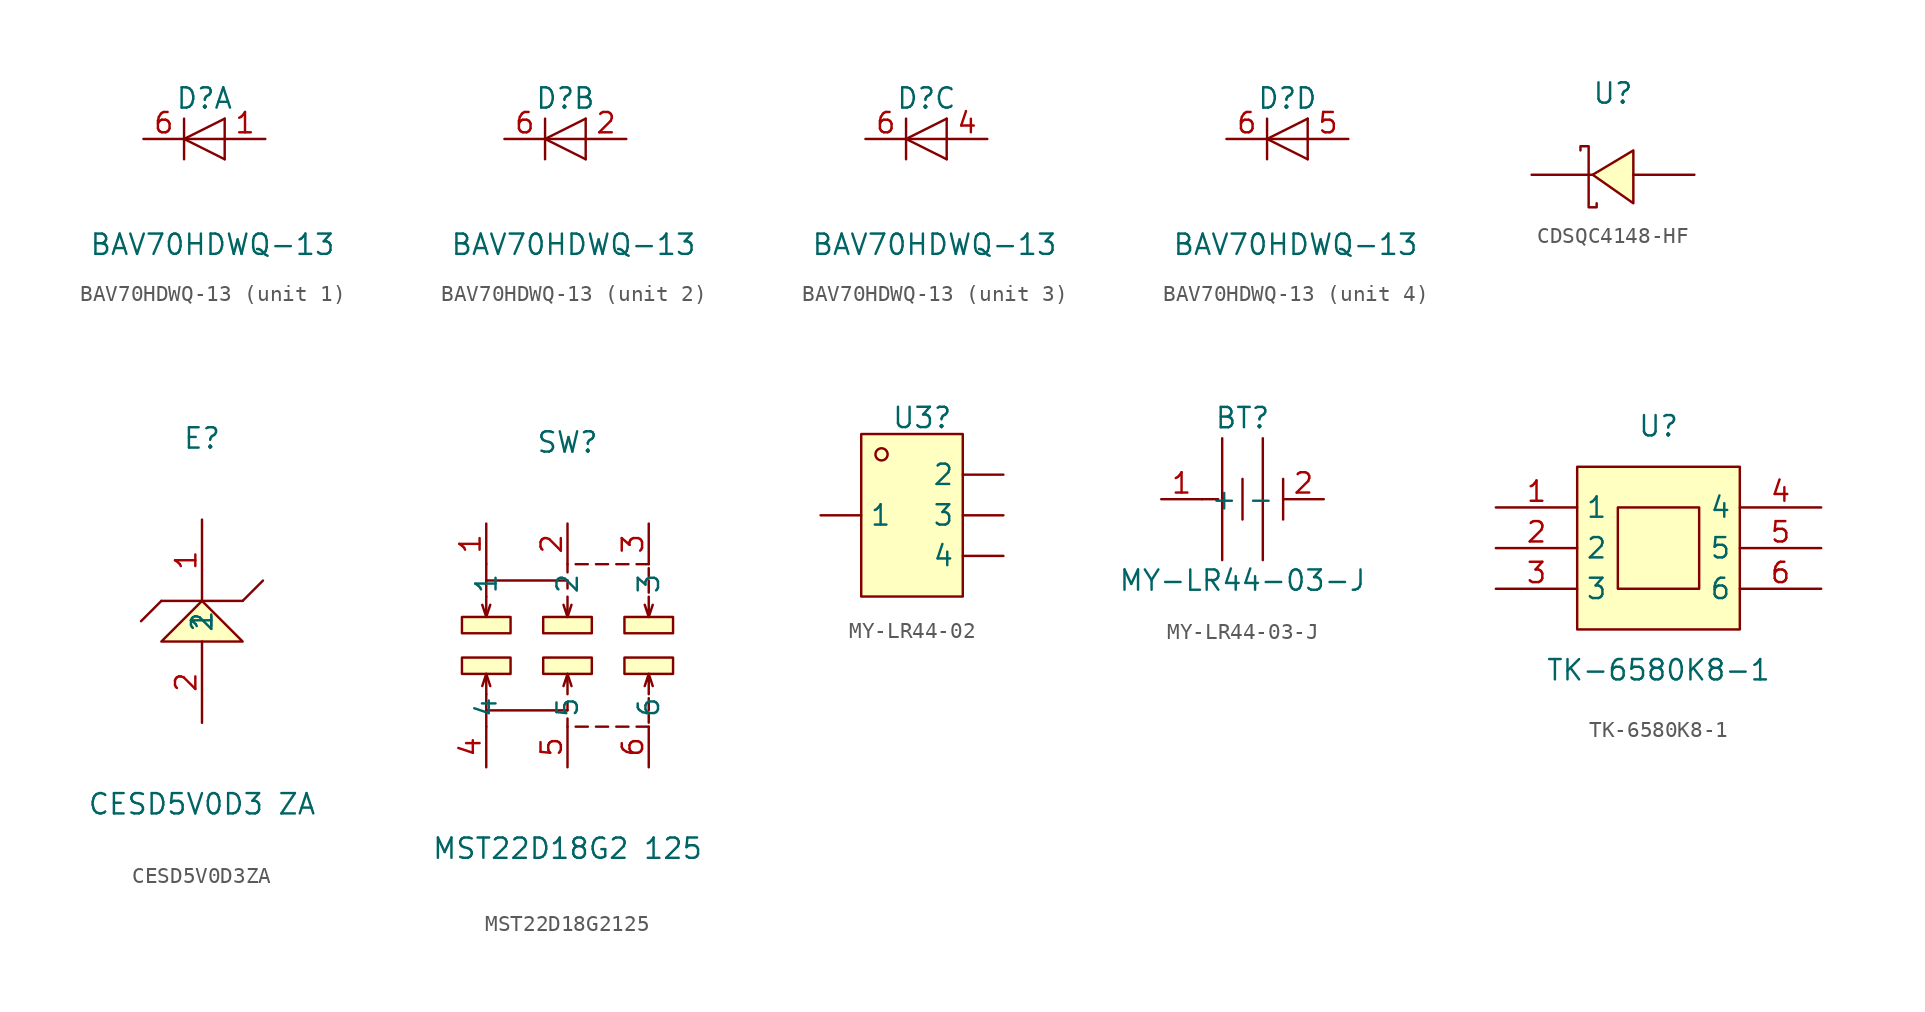
<source format=kicad_sym>
(kicad_symbol_lib
  (version 20231120)
  (generator "kicad_symbol_editor")
  (generator_version "8.0")
  (symbol "BAV70HDWQ-13"
    (pin_names
      (offset 1.016) hide)
    (property "Reference" "D"
      (at 0 2.54 0)
      (effects (font (size 1.27 1.27))))
    (property "Value" "BAV70HDWQ-13"
      (at 0.508 -6.604 0)
      (effects (font (size 1.27 1.27))))
    (symbol "BAV70HDWQ-13_0_1"
      (polyline (pts (xy -1.27 1.27) (xy -1.27 -1.27)) (stroke (width 0.152) (type default)) (fill (type none)))
      (polyline (pts (xy 1.27 -1.27) (xy 1.27 1.27)) (stroke (width 0) (type default)) (fill (type none)))
      (polyline (pts (xy 1.27 0) (xy -1.27 0)) (stroke (width 0) (type default)) (fill (type none)))
      (polyline (pts (xy 1.27 1.27) (xy -1.27 0) (xy 1.27 -1.27)) (stroke (width 0) (type default)) (fill (type none))))
    (symbol "BAV70HDWQ-13_1_1"
      (pin passive line (at 3.81 0 180) (length 2.54) (name "A" (effects (font (size 1.27 1.27)))) (number "1" (effects (font (size 1.27 1.27)))))
      (pin passive line (at -3.81 0 0) (length 2.54) (name "K" (effects (font (size 1.27 1.27)))) (number "6" (effects (font (size 1.27 1.27))))))
    (symbol "BAV70HDWQ-13_2_1"
      (pin passive line (at 3.81 0 180) (length 2.54) (name "A" (effects (font (size 1.27 1.27)))) (number "2" (effects (font (size 1.27 1.27)))))
      (pin passive line (at -3.81 0 0) (length 2.54) (name "K" (effects (font (size 1.27 1.27)))) (number "6" (effects (font (size 1.27 1.27))))))
    (symbol "BAV70HDWQ-13_3_1"
      (pin passive line (at 3.81 0 180) (length 2.54) (name "A" (effects (font (size 1.27 1.27)))) (number "4" (effects (font (size 1.27 1.27)))))
      (pin passive line (at -3.81 0 0) (length 2.54) (name "K" (effects (font (size 1.27 1.27)))) (number "6" (effects (font (size 1.27 1.27))))))
    (symbol "BAV70HDWQ-13_4_1"
      (pin passive line (at 3.81 0 180) (length 2.54) (name "A" (effects (font (size 1.27 1.27)))) (number "5" (effects (font (size 1.27 1.27)))))
      (pin passive line (at -3.81 0 0) (length 2.54) (name "K" (effects (font (size 1.27 1.27)))) (number "6" (effects (font (size 1.27 1.27)))))))
  (symbol "CDSQC4148-HF"
    (pin_numbers hide)
    (pin_names hide)
    (property "Reference" "U"
      (at 0 5.08 0)
      (effects (font (size 1.27 1.27))))
    (symbol "CDSQC4148-HF_0_1"
      (polyline (pts (xy 1.27 1.52) (xy -1.27 0) (xy 1.27 -1.78) (xy 1.27 1.52)) (stroke (width 0) (type default)) (fill (type background)))
      (polyline (pts (xy -2.03 1.52) (xy -2.03 1.78) (xy -1.52 1.78) (xy -1.52 -2.03) (xy -1.02 -2.03) (xy -1.02 -1.78)) (stroke (width 0) (type default)) (fill (type none))))
    (symbol "CDSQC4148-HF_1_1"
      (pin passive line (at -5.08 0 0) (length 3.81) (name "K" (effects (font (size 1.27 1.27)))) (number "1" (effects (font (size 1.27 1.27)))))
      (pin passive line (at 5.08 0 180) (length 3.81) (name "A" (effects (font (size 1.27 1.27)))) (number "2" (effects (font (size 1.27 1.27)))))))
  (symbol "CESD5V0D3ZA"
    (property "Reference" "E"
      (at 0 11.43 0)
      (effects (font (size 1.27 1.27))))
    (property "Value" "CESD5V0D3 ZA"
      (at 0 -11.43 0)
      (effects (font (size 1.27 1.27))))
    (symbol "CESD5V0D3ZA_0_1"
      (polyline (pts (xy -2.54 1.27) (xy 2.54 1.27)) (stroke (width 0) (type default) (color 0 0 0 0)) (fill (type none)))
      (polyline (pts (xy 2.54 1.27) (xy 3.81 2.54)) (stroke (width 0) (type default) (color 0 0 0 0)) (fill (type none)))
      (polyline (pts (xy -3.81 -0.00) (xy -2.54 1.27)) (stroke (width 0) (type default) (color 0 0 0 0)) (fill (type none)))
      (polyline (pts (xy 2.54 -1.27) (xy 0.00 1.27) (xy -2.54 -1.27) (xy 2.54 -1.27)) (stroke (width 0) (type default) (color 0 0 0 0)) (fill (type background)))
      (pin input line (at 0.00 6.35 270) (length 5.08) (name "1" (effects (font (size 1.27 1.27)))) (number "1" (effects (font (size 1.27 1.27)))))
      (pin input line (at 0.00 -6.35 90) (length 5.08) (name "2" (effects (font (size 1.27 1.27)))) (number "2" (effects (font (size 1.27 1.27)))))))
  (symbol "MST22D18G2125"
    (property "Reference" "SW"
      (at 0 12.7 0)
      (effects (font (size 1.27 1.27))))
    (property "Value" "MST22D18G2 125"
      (at 0 -12.7 0)
      (effects (font (size 1.27 1.27))))
    (symbol "MST22D18G2125_0_1"
      (rectangle (start -6.6 -0.76) (end -3.56 -1.78) (stroke (width 0) (type default)) (fill (type background)))
      (rectangle (start -6.6 1.78) (end -3.56 0.76) (stroke (width 0) (type default)) (fill (type background)))
      (rectangle (start -1.52 -0.76) (end 1.52 -1.78) (stroke (width 0) (type default)) (fill (type background)))
      (rectangle (start -1.52 1.78) (end 1.52 0.76) (stroke (width 0) (type default)) (fill (type background)))
      (polyline (pts (xy -5.08 -4.06) (xy -5.08 -5.08)) (stroke (width 0) (type default)) (fill (type none)))
      (polyline (pts (xy -5.08 -1.78) (xy -4.83 -2.54)) (stroke (width 0) (type default)) (fill (type none)))
      (polyline (pts (xy -5.08 1.78) (xy -4.83 2.54)) (stroke (width 0) (type default)) (fill (type none)))
      (polyline (pts (xy -5.08 4.06) (xy -5.08 5.08)) (stroke (width 0) (type default)) (fill (type none)))
      (polyline (pts (xy 0 -4.57) (xy 0 -5.08)) (stroke (width 0) (type default)) (fill (type none)))
      (polyline (pts (xy 0 -3.56) (xy 0 -4.06)) (stroke (width 0) (type default)) (fill (type none)))
      (polyline (pts (xy 0 -1.78) (xy 0.25 -2.54)) (stroke (width 0) (type default)) (fill (type none)))
      (polyline (pts (xy 0 1.78) (xy 0.25 2.54)) (stroke (width 0) (type default)) (fill (type none)))
      (polyline (pts (xy 0 3.56) (xy 0 4.06)) (stroke (width 0) (type default)) (fill (type none)))
      (polyline (pts (xy 0 4.57) (xy 0 5.08)) (stroke (width 0) (type default)) (fill (type none)))
      (polyline (pts (xy 0.51 -5.08) (xy 1.27 -5.08)) (stroke (width 0) (type default)) (fill (type none)))
      (polyline (pts (xy 0.51 5.08) (xy 1.27 5.08)) (stroke (width 0) (type default)) (fill (type none)))
      (polyline (pts (xy 1.78 -5.08) (xy 2.54 -5.08)) (stroke (width 0) (type default)) (fill (type none)))
      (polyline (pts (xy 1.78 5.08) (xy 2.54 5.08)) (stroke (width 0) (type default)) (fill (type none)))
      (polyline (pts (xy 3.05 -5.08) (xy 3.81 -5.08)) (stroke (width 0) (type default)) (fill (type none)))
      (polyline (pts (xy 3.05 5.08) (xy 3.81 5.08)) (stroke (width 0) (type default)) (fill (type none)))
      (polyline (pts (xy 4.32 -5.08) (xy 5.08 -5.08)) (stroke (width 0) (type default)) (fill (type none)))
      (polyline (pts (xy 4.32 5.08) (xy 5.08 5.08)) (stroke (width 0) (type default)) (fill (type none)))
      (polyline (pts (xy 5.08 -4.83) (xy 5.08 -4.32)) (stroke (width 0) (type default)) (fill (type none)))
      (polyline (pts (xy 5.08 -4.06) (xy 5.08 -3.3)) (stroke (width 0) (type default)) (fill (type none)))
      (polyline (pts (xy 5.08 -1.78) (xy 5.33 -2.54)) (stroke (width 0) (type default)) (fill (type none)))
      (polyline (pts (xy 5.08 1.78) (xy 5.33 2.54)) (stroke (width 0) (type default)) (fill (type none)))
      (polyline (pts (xy 5.08 4.06) (xy 5.08 3.3)) (stroke (width 0) (type default)) (fill (type none)))
      (polyline (pts (xy 5.08 4.83) (xy 5.08 4.32)) (stroke (width 0) (type default)) (fill (type none)))
      (polyline (pts (xy -5.08 -3.05) (xy -5.08 -4.06) (xy 0 -4.06)) (stroke (width 0) (type default)) (fill (type none)))
      (polyline (pts (xy -5.08 -3.05) (xy -5.08 -1.78) (xy -5.33 -2.54)) (stroke (width 0) (type default)) (fill (type none)))
      (polyline (pts (xy -5.08 3.05) (xy -5.08 1.78) (xy -5.33 2.54)) (stroke (width 0) (type default)) (fill (type none)))
      (polyline (pts (xy -5.08 3.05) (xy -5.08 4.06) (xy 0 4.06)) (stroke (width 0) (type default)) (fill (type none)))
      (polyline (pts (xy 0 -3.05) (xy 0 -1.78) (xy -0.25 -2.54)) (stroke (width 0) (type default)) (fill (type none)))
      (polyline (pts (xy 0 3.05) (xy 0 1.78) (xy -0.25 2.54)) (stroke (width 0) (type default)) (fill (type none)))
      (polyline (pts (xy 5.08 -3.05) (xy 5.08 -1.78) (xy 4.83 -2.54)) (stroke (width 0) (type default)) (fill (type none)))
      (polyline (pts (xy 5.08 3.05) (xy 5.08 1.78) (xy 4.83 2.54)) (stroke (width 0) (type default)) (fill (type none)))
      (rectangle (start 3.56 -0.76) (end 6.6 -1.78) (stroke (width 0) (type default)) (fill (type background)))
      (rectangle (start 3.56 1.78) (end 6.6 0.76) (stroke (width 0) (type default)) (fill (type background)))
      (pin passive line (at -5.08 7.62 270) (length 2.54) (name "1" (effects (font (size 1.27 1.27)))) (number "1" (effects (font (size 1.27 1.27)))))
      (pin passive line (at 0 7.62 270) (length 2.54) (name "2" (effects (font (size 1.27 1.27)))) (number "2" (effects (font (size 1.27 1.27)))))
      (pin passive line (at 5.08 7.62 270) (length 2.54) (name "3" (effects (font (size 1.27 1.27)))) (number "3" (effects (font (size 1.27 1.27)))))
      (pin passive line (at -5.08 -7.62 90) (length 2.54) (name "4" (effects (font (size 1.27 1.27)))) (number "4" (effects (font (size 1.27 1.27)))))
      (pin passive line (at 0 -7.62 90) (length 2.54) (name "5" (effects (font (size 1.27 1.27)))) (number "5" (effects (font (size 1.27 1.27)))))
      (pin passive line (at 5.08 -7.62 90) (length 2.54) (name "6" (effects (font (size 1.27 1.27)))) (number "6" (effects (font (size 1.27 1.27)))))))
  (symbol "MY-LR44-02"
    (pin_numbers hide)
    (property "Reference" "U3"
      (at 0 6.096 0)
      (effects (font (size 1.27 1.27))))
    (symbol "MY-LR44-02_0_1"
      (rectangle (start -3.81 5.08) (end 2.54 -5.08) (stroke (width 0) (type default)) (fill (type background)))
      (circle (center -2.54 3.81) (radius 0.38) (stroke (width 0) (type default)) (fill (type none))))
    (symbol "MY-LR44-02_1_1"
      (pin passive line (at -6.35 0 0) (length 2.54) (name "1" (effects (font (size 1.27 1.27)))) (number "1" (effects (font (size 1.27 1.27)))))
      (pin passive line (at 5.08 2.54 180) (length 2.54) (name "2" (effects (font (size 1.27 1.27)))) (number "2" (effects (font (size 1.27 1.27)))))
      (pin passive line (at 5.08 0 180) (length 2.54) (name "3" (effects (font (size 1.27 1.27)))) (number "3" (effects (font (size 1.27 1.27)))))
      (pin passive line (at 5.08 -2.54 180) (length 2.54) (name "4" (effects (font (size 1.27 1.27)))) (number "4" (effects (font (size 1.27 1.27)))))))
  (symbol "MY-LR44-03-J"
    (property "Reference" "BT"
      (at 0 5.08 0)
      (effects (font (size 1.27 1.27))))
    (property "Value" "MY-LR44-03-J"
      (at 0 -5.08 0)
      (effects (font (size 1.27 1.27))))
    (symbol "MY-LR44-03-J_0_1"
      (polyline (pts (xy -2.54 -0.00) (xy -1.52 -0.00)) (stroke (width 0) (type default) (color 0 0 0 0)) (fill (type none)))
      (polyline (pts (xy 2.54 1.27) (xy 2.54 -1.27)) (stroke (width 0) (type default) (color 0 0 0 0)) (fill (type none)))
      (polyline (pts (xy 1.27 3.81) (xy 1.27 -3.81)) (stroke (width 0) (type default) (color 0 0 0 0)) (fill (type none)))
      (polyline (pts (xy 0.00 1.27) (xy 0.00 -1.27)) (stroke (width 0) (type default) (color 0 0 0 0)) (fill (type none)))
      (polyline (pts (xy -1.27 3.81) (xy -1.27 -3.81)) (stroke (width 0) (type default) (color 0 0 0 0)) (fill (type none)))
      (pin power_in line (at -5.08 -0.00 0) (length 2.54) (name "+" (effects (font (size 1.27 1.27)))) (number "1" (effects (font (size 1.27 1.27)))))
      (pin power_in line (at 5.08 -0.00 180) (length 2.54) (name "-" (effects (font (size 1.27 1.27)))) (number "2" (effects (font (size 1.27 1.27)))))))
  (symbol "TK-6580K8-1"
    (property "Reference" "U"
      (at 0 7.62 0)
      (effects (font (size 1.27 1.27))))
    (property "Value" "TK-6580K8-1"
      (at 0 -7.62 0)
      (effects (font (size 1.27 1.27))))
    (symbol "TK-6580K8-1_0_1"
      (rectangle (start -5.08 5.08) (end 5.08 -5.08) (stroke (width 0) (type default)) (fill (type background)))
      (rectangle (start -2.54 2.54) (end 2.54 -2.54) (stroke (width 0) (type default)) (fill (type background)))
      (pin unspecified line (at -10.16 2.54 0) (length 5.08) (name "1" (effects (font (size 1.27 1.27)))) (number "1" (effects (font (size 1.27 1.27)))))
      (pin unspecified line (at -10.16 0 0) (length 5.08) (name "2" (effects (font (size 1.27 1.27)))) (number "2" (effects (font (size 1.27 1.27)))))
      (pin unspecified line (at -10.16 -2.54 0) (length 5.08) (name "3" (effects (font (size 1.27 1.27)))) (number "3" (effects (font (size 1.27 1.27)))))
      (pin unspecified line (at 10.16 2.54 180) (length 5.08) (name "4" (effects (font (size 1.27 1.27)))) (number "4" (effects (font (size 1.27 1.27)))))
      (pin unspecified line (at 10.16 0 180) (length 5.08) (name "5" (effects (font (size 1.27 1.27)))) (number "5" (effects (font (size 1.27 1.27)))))
      (pin unspecified line (at 10.16 -2.54 180) (length 5.08) (name "6" (effects (font (size 1.27 1.27)))) (number "6" (effects (font (size 1.27 1.27))))))))
</source>
